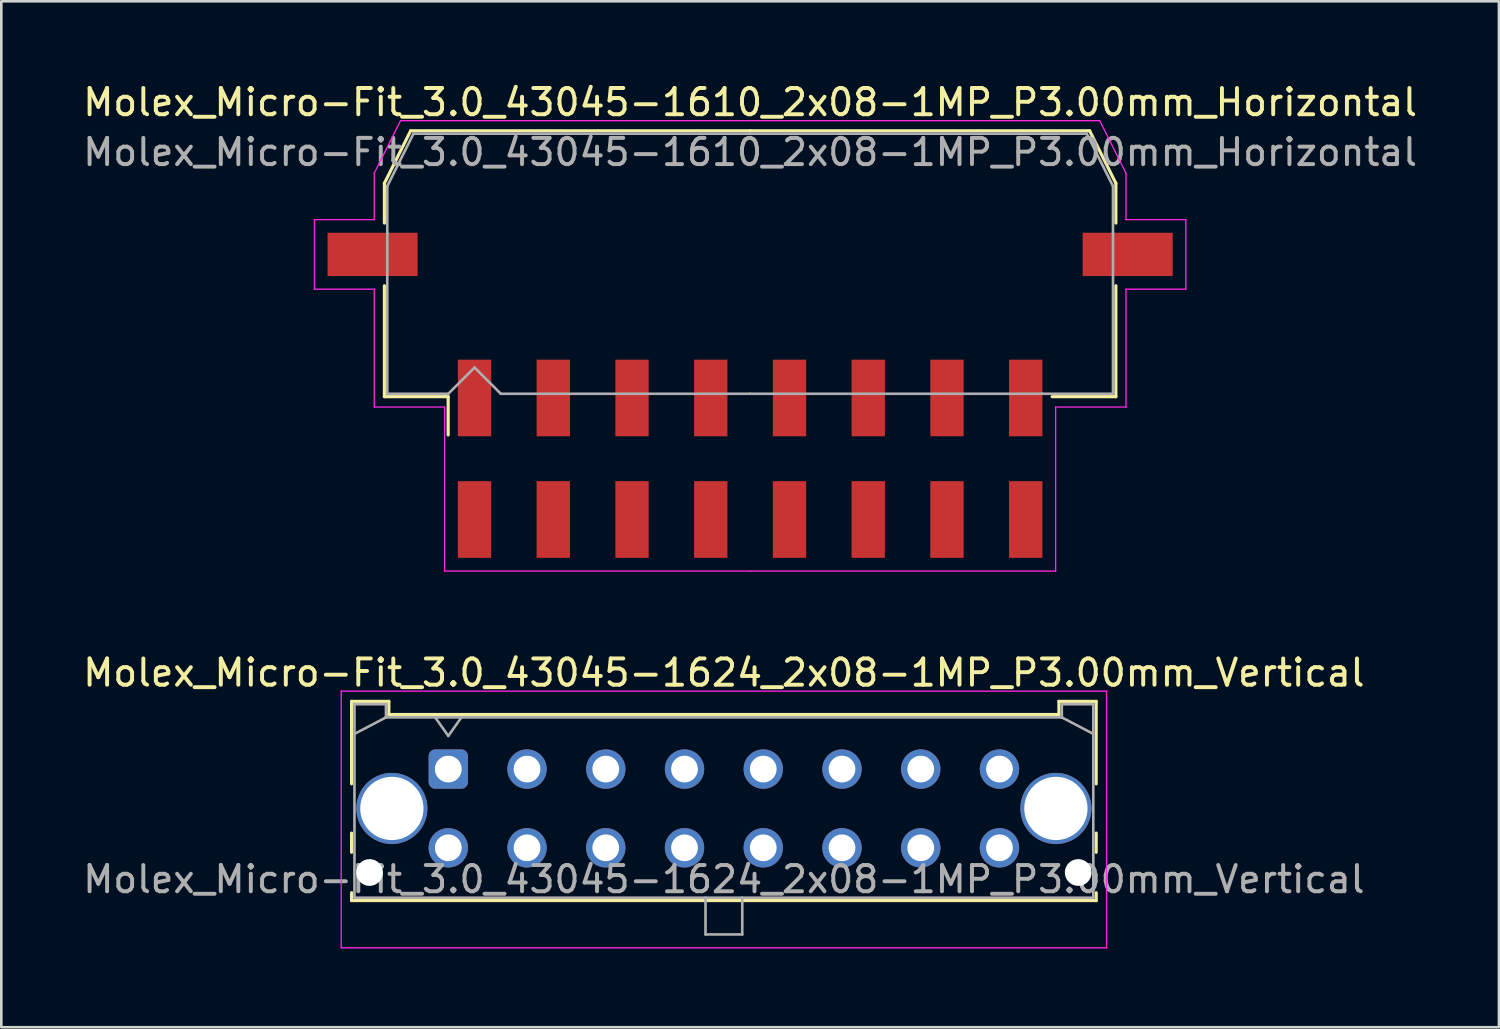
<source format=kicad_pcb>
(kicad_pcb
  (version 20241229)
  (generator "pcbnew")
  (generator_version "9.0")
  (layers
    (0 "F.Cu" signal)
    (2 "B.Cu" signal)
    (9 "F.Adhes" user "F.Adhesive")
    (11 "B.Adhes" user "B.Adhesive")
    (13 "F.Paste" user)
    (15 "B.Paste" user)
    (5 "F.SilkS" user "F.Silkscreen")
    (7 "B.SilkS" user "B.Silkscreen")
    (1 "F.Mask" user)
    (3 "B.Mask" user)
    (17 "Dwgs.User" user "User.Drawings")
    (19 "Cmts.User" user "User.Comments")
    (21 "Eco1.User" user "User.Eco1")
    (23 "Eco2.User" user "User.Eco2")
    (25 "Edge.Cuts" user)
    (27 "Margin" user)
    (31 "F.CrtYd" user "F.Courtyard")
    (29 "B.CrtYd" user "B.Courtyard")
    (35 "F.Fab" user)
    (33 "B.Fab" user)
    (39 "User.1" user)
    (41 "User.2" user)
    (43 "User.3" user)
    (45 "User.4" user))
  (footprint "Molex_Micro-Fit_3.0_43045-1610_2x08-1MP_P3.00mm_Horizontal"
    (layer "F.Cu")
    (at 25.53 14.428)
    (property "Reference" "Molex_Micro-Fit_3.0_43045-1610_2x08-1MP_P3.00mm_Horizontal" (at 0 -13.58 0) (layer "F.SilkS") (effects (font (size 1 1) (thickness 0.15))))
    (attr smd)
    (fp_line (start -13.935 -10.495) (end -13.935 -8.98) (stroke (width 0.12) (type solid)) (layer "F.SilkS"))
    (fp_line (start -13.935 -6.59) (end -13.935 -2.365) (stroke (width 0.12) (type solid)) (layer "F.SilkS"))
    (fp_line (start -13.935 -2.365) (end -11.505 -2.365) (stroke (width 0.12) (type solid)) (layer "F.SilkS"))
    (fp_line (start -12.935 -12.495) (end -13.935 -10.495) (stroke (width 0.12) (type solid)) (layer "F.SilkS"))
    (fp_line (start -11.505 -2.365) (end -11.505 -0.905) (stroke (width 0.12) (type solid)) (layer "F.SilkS"))
    (fp_line (start 0 -12.495) (end -12.935 -12.495) (stroke (width 0.12) (type solid)) (layer "F.SilkS"))
    (fp_line (start 0 -12.495) (end 12.935 -12.495) (stroke (width 0.12) (type solid)) (layer "F.SilkS"))
    (fp_line (start 12.935 -12.495) (end 13.935 -10.495) (stroke (width 0.12) (type solid)) (layer "F.SilkS"))
    (fp_line (start 13.935 -10.495) (end 13.935 -8.98) (stroke (width 0.12) (type solid)) (layer "F.SilkS"))
    (fp_line (start 13.935 -6.59) (end 13.935 -2.365) (stroke (width 0.12) (type solid)) (layer "F.SilkS"))
    (fp_line (start 13.935 -2.365) (end 11.505 -2.365) (stroke (width 0.12) (type solid)) (layer "F.SilkS"))
    (fp_line (start -16.6 -9.11) (end -16.6 -6.46) (stroke (width 0.05) (type solid)) (layer "F.CrtYd"))
    (fp_line (start -16.6 -6.46) (end -14.32 -6.46) (stroke (width 0.05) (type solid)) (layer "F.CrtYd"))
    (fp_line (start -14.32 -10.88) (end -14.32 -9.11) (stroke (width 0.05) (type solid)) (layer "F.CrtYd"))
    (fp_line (start -14.32 -9.11) (end -16.6 -9.11) (stroke (width 0.05) (type solid)) (layer "F.CrtYd"))
    (fp_line (start -14.32 -6.46) (end -14.32 -1.97) (stroke (width 0.05) (type solid)) (layer "F.CrtYd"))
    (fp_line (start -14.32 -1.97) (end -11.64 -1.97) (stroke (width 0.05) (type solid)) (layer "F.CrtYd"))
    (fp_line (start -13.32 -12.88) (end -14.32 -10.88) (stroke (width 0.05) (type solid)) (layer "F.CrtYd"))
    (fp_line (start -11.64 -1.97) (end -11.64 4.28) (stroke (width 0.05) (type solid)) (layer "F.CrtYd"))
    (fp_line (start -11.64 4.28) (end 0 4.28) (stroke (width 0.05) (type solid)) (layer "F.CrtYd"))
    (fp_line (start 0 -12.88) (end -13.32 -12.88) (stroke (width 0.05) (type solid)) (layer "F.CrtYd"))
    (fp_line (start 0 -12.88) (end 13.32 -12.88) (stroke (width 0.05) (type solid)) (layer "F.CrtYd"))
    (fp_line (start 11.64 -1.97) (end 11.64 4.28) (stroke (width 0.05) (type solid)) (layer "F.CrtYd"))
    (fp_line (start 11.64 4.28) (end 0 4.28) (stroke (width 0.05) (type solid)) (layer "F.CrtYd"))
    (fp_line (start 13.32 -12.88) (end 14.32 -10.88) (stroke (width 0.05) (type solid)) (layer "F.CrtYd"))
    (fp_line (start 14.32 -10.88) (end 14.32 -9.11) (stroke (width 0.05) (type solid)) (layer "F.CrtYd"))
    (fp_line (start 14.32 -9.11) (end 16.6 -9.11) (stroke (width 0.05) (type solid)) (layer "F.CrtYd"))
    (fp_line (start 14.32 -6.46) (end 14.32 -1.97) (stroke (width 0.05) (type solid)) (layer "F.CrtYd"))
    (fp_line (start 14.32 -1.97) (end 11.64 -1.97) (stroke (width 0.05) (type solid)) (layer "F.CrtYd"))
    (fp_line (start 16.6 -9.11) (end 16.6 -6.46) (stroke (width 0.05) (type solid)) (layer "F.CrtYd"))
    (fp_line (start 16.6 -6.46) (end 14.32 -6.46) (stroke (width 0.05) (type solid)) (layer "F.CrtYd"))
    (fp_line (start -13.825 -10.385) (end -13.825 -8.61) (stroke (width 0.1) (type solid)) (layer "F.Fab"))
    (fp_line (start -13.825 -8.61) (end -13.825 -2.475) (stroke (width 0.1) (type solid)) (layer "F.Fab"))
    (fp_line (start -13.825 -2.475) (end -11.5 -2.475) (stroke (width 0.1) (type solid)) (layer "F.Fab"))
    (fp_line (start -12.825 -12.385) (end -13.825 -10.385) (stroke (width 0.1) (type solid)) (layer "F.Fab"))
    (fp_line (start -11.5 -2.475) (end -10.5 -3.475) (stroke (width 0.1) (type solid)) (layer "F.Fab"))
    (fp_line (start -10.5 -3.475) (end -9.5 -2.475) (stroke (width 0.1) (type solid)) (layer "F.Fab"))
    (fp_line (start -9.5 -2.475) (end 0 -2.475) (stroke (width 0.1) (type solid)) (layer "F.Fab"))
    (fp_line (start 0 -12.385) (end -12.825 -12.385) (stroke (width 0.1) (type solid)) (layer "F.Fab"))
    (fp_line (start 0 -12.385) (end 12.825 -12.385) (stroke (width 0.1) (type solid)) (layer "F.Fab"))
    (fp_line (start 11.135 -2.475) (end 0 -2.475) (stroke (width 0.1) (type solid)) (layer "F.Fab"))
    (fp_line (start 12.825 -12.385) (end 13.825 -10.385) (stroke (width 0.1) (type solid)) (layer "F.Fab"))
    (fp_line (start 13.825 -10.385) (end 13.825 -8.61) (stroke (width 0.1) (type solid)) (layer "F.Fab"))
    (fp_line (start 13.825 -8.61) (end 13.825 -2.475) (stroke (width 0.1) (type solid)) (layer "F.Fab"))
    (fp_line (start 13.825 -2.475) (end 11.135 -2.475) (stroke (width 0.1) (type solid)) (layer "F.Fab"))
    (fp_text user "${REFERENCE}" (at 0 -11.68 0) (layer "F.Fab") (effects (font (size 1 1) (thickness 0.15))))
    (pad "1" smd rect (at -10.5 -2.315) (size 1.27 2.92) (layers "F.Cu" "F.Mask" "F.Paste"))
    (pad "2" smd rect (at -7.5 -2.315) (size 1.27 2.92) (layers "F.Cu" "F.Mask" "F.Paste"))
    (pad "3" smd rect (at -4.5 -2.315) (size 1.27 2.92) (layers "F.Cu" "F.Mask" "F.Paste"))
    (pad "4" smd rect (at -1.5 -2.315) (size 1.27 2.92) (layers "F.Cu" "F.Mask" "F.Paste"))
    (pad "5" smd rect (at 1.5 -2.315) (size 1.27 2.92) (layers "F.Cu" "F.Mask" "F.Paste"))
    (pad "6" smd rect (at 4.5 -2.315) (size 1.27 2.92) (layers "F.Cu" "F.Mask" "F.Paste"))
    (pad "7" smd rect (at 7.5 -2.315) (size 1.27 2.92) (layers "F.Cu" "F.Mask" "F.Paste"))
    (pad "8" smd rect (at 10.5 -2.315) (size 1.27 2.92) (layers "F.Cu" "F.Mask" "F.Paste"))
    (pad "9" smd rect (at -10.5 2.315) (size 1.27 2.92) (layers "F.Cu" "F.Mask" "F.Paste"))
    (pad "10" smd rect (at -7.5 2.315) (size 1.27 2.92) (layers "F.Cu" "F.Mask" "F.Paste"))
    (pad "11" smd rect (at -4.5 2.315) (size 1.27 2.92) (layers "F.Cu" "F.Mask" "F.Paste"))
    (pad "12" smd rect (at -1.5 2.315) (size 1.27 2.92) (layers "F.Cu" "F.Mask" "F.Paste"))
    (pad "13" smd rect (at 1.5 2.315) (size 1.27 2.92) (layers "F.Cu" "F.Mask" "F.Paste"))
    (pad "14" smd rect (at 4.5 2.315) (size 1.27 2.92) (layers "F.Cu" "F.Mask" "F.Paste"))
    (pad "15" smd rect (at 7.5 2.315) (size 1.27 2.92) (layers "F.Cu" "F.Mask" "F.Paste"))
    (pad "16" smd rect (at 10.5 2.315) (size 1.27 2.92) (layers "F.Cu" "F.Mask" "F.Paste"))
    (pad "MP" smd rect (at -14.385 -7.785) (size 3.43 1.65) (layers "F.Cu" "F.Mask" "F.Paste"))
    (pad "MP" smd rect (at 14.385 -7.785) (size 3.43 1.65) (layers "F.Cu" "F.Mask" "F.Paste")))
  (footprint "Molex_Micro-Fit_3.0_43045-1624_2x08-1MP_P3.00mm_Vertical"
    (layer "F.Cu")
    (at 14.03 26.252)
    (property "Reference" "Molex_Micro-Fit_3.0_43045-1624_2x08-1MP_P3.00mm_Vertical" (at 10.5 -3.67 0) (layer "F.SilkS") (effects (font (size 1 1) (thickness 0.15))))
    (fp_line (start -3.685 -2.58) (end -2.265 -2.58) (stroke (width 0.12) (type solid)) (layer "F.SilkS"))
    (fp_line (start -3.685 0.562) (end -3.685 -2.58) (stroke (width 0.12) (type solid)) (layer "F.SilkS"))
    (fp_line (start -3.685 2.438) (end -3.685 3.17) (stroke (width 0.12) (type solid)) (layer "F.SilkS"))
    (fp_line (start -3.685 4.71) (end -3.685 5.01) (stroke (width 0.12) (type solid)) (layer "F.SilkS"))
    (fp_line (start -3.685 5.01) (end 24.685 5.01) (stroke (width 0.12) (type solid)) (layer "F.SilkS"))
    (fp_line (start -2.265 -2.58) (end -2.265 -2.08) (stroke (width 0.12) (type solid)) (layer "F.SilkS"))
    (fp_line (start -2.265 -2.08) (end 23.265 -2.08) (stroke (width 0.12) (type solid)) (layer "F.SilkS"))
    (fp_line (start 23.265 -2.58) (end 24.685 -2.58) (stroke (width 0.12) (type solid)) (layer "F.SilkS"))
    (fp_line (start 23.265 -2.08) (end 23.265 -2.58) (stroke (width 0.12) (type solid)) (layer "F.SilkS"))
    (fp_line (start 24.685 -2.58) (end 24.685 0.562) (stroke (width 0.12) (type solid)) (layer "F.SilkS"))
    (fp_line (start 24.685 2.438) (end 24.685 3.17) (stroke (width 0.12) (type solid)) (layer "F.SilkS"))
    (fp_line (start 24.685 5.01) (end 24.685 4.71) (stroke (width 0.12) (type solid)) (layer "F.SilkS"))
    (fp_line (start -4.08 -2.97) (end 25.08 -2.97) (stroke (width 0.05) (type solid)) (layer "F.CrtYd"))
    (fp_line (start -4.08 6.81) (end -4.08 -2.97) (stroke (width 0.05) (type solid)) (layer "F.CrtYd"))
    (fp_line (start 25.08 -2.97) (end 25.08 6.81) (stroke (width 0.05) (type solid)) (layer "F.CrtYd"))
    (fp_line (start 25.08 6.81) (end -4.08 6.81) (stroke (width 0.05) (type solid)) (layer "F.CrtYd"))
    (fp_line (start -3.575 -2.47) (end -3.575 4.9) (stroke (width 0.1) (type solid)) (layer "F.Fab"))
    (fp_line (start -3.575 -1.34) (end -2.375 -1.97) (stroke (width 0.1) (type solid)) (layer "F.Fab"))
    (fp_line (start -3.575 4.9) (end 24.575 4.9) (stroke (width 0.1) (type solid)) (layer "F.Fab"))
    (fp_line (start -2.375 -2.47) (end -3.575 -2.47) (stroke (width 0.1) (type solid)) (layer "F.Fab"))
    (fp_line (start -2.375 -1.97) (end -2.375 -2.47) (stroke (width 0.1) (type solid)) (layer "F.Fab"))
    (fp_line (start -0.5 -1.97) (end 0 -1.263) (stroke (width 0.1) (type solid)) (layer "F.Fab"))
    (fp_line (start 0 -1.263) (end 0.5 -1.97) (stroke (width 0.1) (type solid)) (layer "F.Fab"))
    (fp_line (start 9.8 4.9) (end 9.8 6.3) (stroke (width 0.1) (type solid)) (layer "F.Fab"))
    (fp_line (start 9.8 6.3) (end 11.2 6.3) (stroke (width 0.1) (type solid)) (layer "F.Fab"))
    (fp_line (start 11.2 6.3) (end 11.2 4.9) (stroke (width 0.1) (type solid)) (layer "F.Fab"))
    (fp_line (start 23.375 -2.47) (end 23.375 -1.97) (stroke (width 0.1) (type solid)) (layer "F.Fab"))
    (fp_line (start 23.375 -1.97) (end -2.375 -1.97) (stroke (width 0.1) (type solid)) (layer "F.Fab"))
    (fp_line (start 24.575 -2.47) (end 23.375 -2.47) (stroke (width 0.1) (type solid)) (layer "F.Fab"))
    (fp_line (start 24.575 -1.34) (end 23.375 -1.97) (stroke (width 0.1) (type solid)) (layer "F.Fab"))
    (fp_line (start 24.575 4.9) (end 24.575 -2.47) (stroke (width 0.1) (type solid)) (layer "F.Fab"))
    (fp_text user "${REFERENCE}" (at 10.5 4.2 0) (layer "F.Fab") (effects (font (size 1 1) (thickness 0.15))))
    (pad "" np_thru_hole circle (at -3 3.94) (size 1.02 1.02) (drill 1.02) (layers "*.Cu" "*.Mask"))
    (pad "" np_thru_hole circle (at 24 3.94) (size 1.02 1.02) (drill 1.02) (layers "*.Cu" "*.Mask"))
    (pad "1" thru_hole roundrect (at 0 0) (size 1.5 1.5) (drill 1.02) (layers "*.Cu" "*.Mask") (roundrect_rratio 0.167))
    (pad "2" thru_hole circle (at 3 0) (size 1.5 1.5) (drill 1.02) (layers "*.Cu" "*.Mask"))
    (pad "3" thru_hole circle (at 6 0) (size 1.5 1.5) (drill 1.02) (layers "*.Cu" "*.Mask"))
    (pad "4" thru_hole circle (at 9 0) (size 1.5 1.5) (drill 1.02) (layers "*.Cu" "*.Mask"))
    (pad "5" thru_hole circle (at 12 0) (size 1.5 1.5) (drill 1.02) (layers "*.Cu" "*.Mask"))
    (pad "6" thru_hole circle (at 15 0) (size 1.5 1.5) (drill 1.02) (layers "*.Cu" "*.Mask"))
    (pad "7" thru_hole circle (at 18 0) (size 1.5 1.5) (drill 1.02) (layers "*.Cu" "*.Mask"))
    (pad "8" thru_hole circle (at 21 0) (size 1.5 1.5) (drill 1.02) (layers "*.Cu" "*.Mask"))
    (pad "9" thru_hole circle (at 0 3) (size 1.5 1.5) (drill 1.02) (layers "*.Cu" "*.Mask"))
    (pad "10" thru_hole circle (at 3 3) (size 1.5 1.5) (drill 1.02) (layers "*.Cu" "*.Mask"))
    (pad "11" thru_hole circle (at 6 3) (size 1.5 1.5) (drill 1.02) (layers "*.Cu" "*.Mask"))
    (pad "12" thru_hole circle (at 9 3) (size 1.5 1.5) (drill 1.02) (layers "*.Cu" "*.Mask"))
    (pad "13" thru_hole circle (at 12 3) (size 1.5 1.5) (drill 1.02) (layers "*.Cu" "*.Mask"))
    (pad "14" thru_hole circle (at 15 3) (size 1.5 1.5) (drill 1.02) (layers "*.Cu" "*.Mask"))
    (pad "15" thru_hole circle (at 18 3) (size 1.5 1.5) (drill 1.02) (layers "*.Cu" "*.Mask"))
    (pad "16" thru_hole circle (at 21 3) (size 1.5 1.5) (drill 1.02) (layers "*.Cu" "*.Mask"))
    (pad "MP" thru_hole circle (at -2.15 1.5) (size 2.71 2.71) (drill 2.41) (layers "*.Cu" "*.Mask"))
    (pad "MP" thru_hole circle (at 23.15 1.5) (size 2.71 2.71) (drill 2.41) (layers "*.Cu" "*.Mask")))
  (gr_rect
    (start -3 -3)
    (end 54.06 36.087)
    (stroke (width 0.1) (type default))
    (fill no)
    (layer "Edge.Cuts")))
</source>
